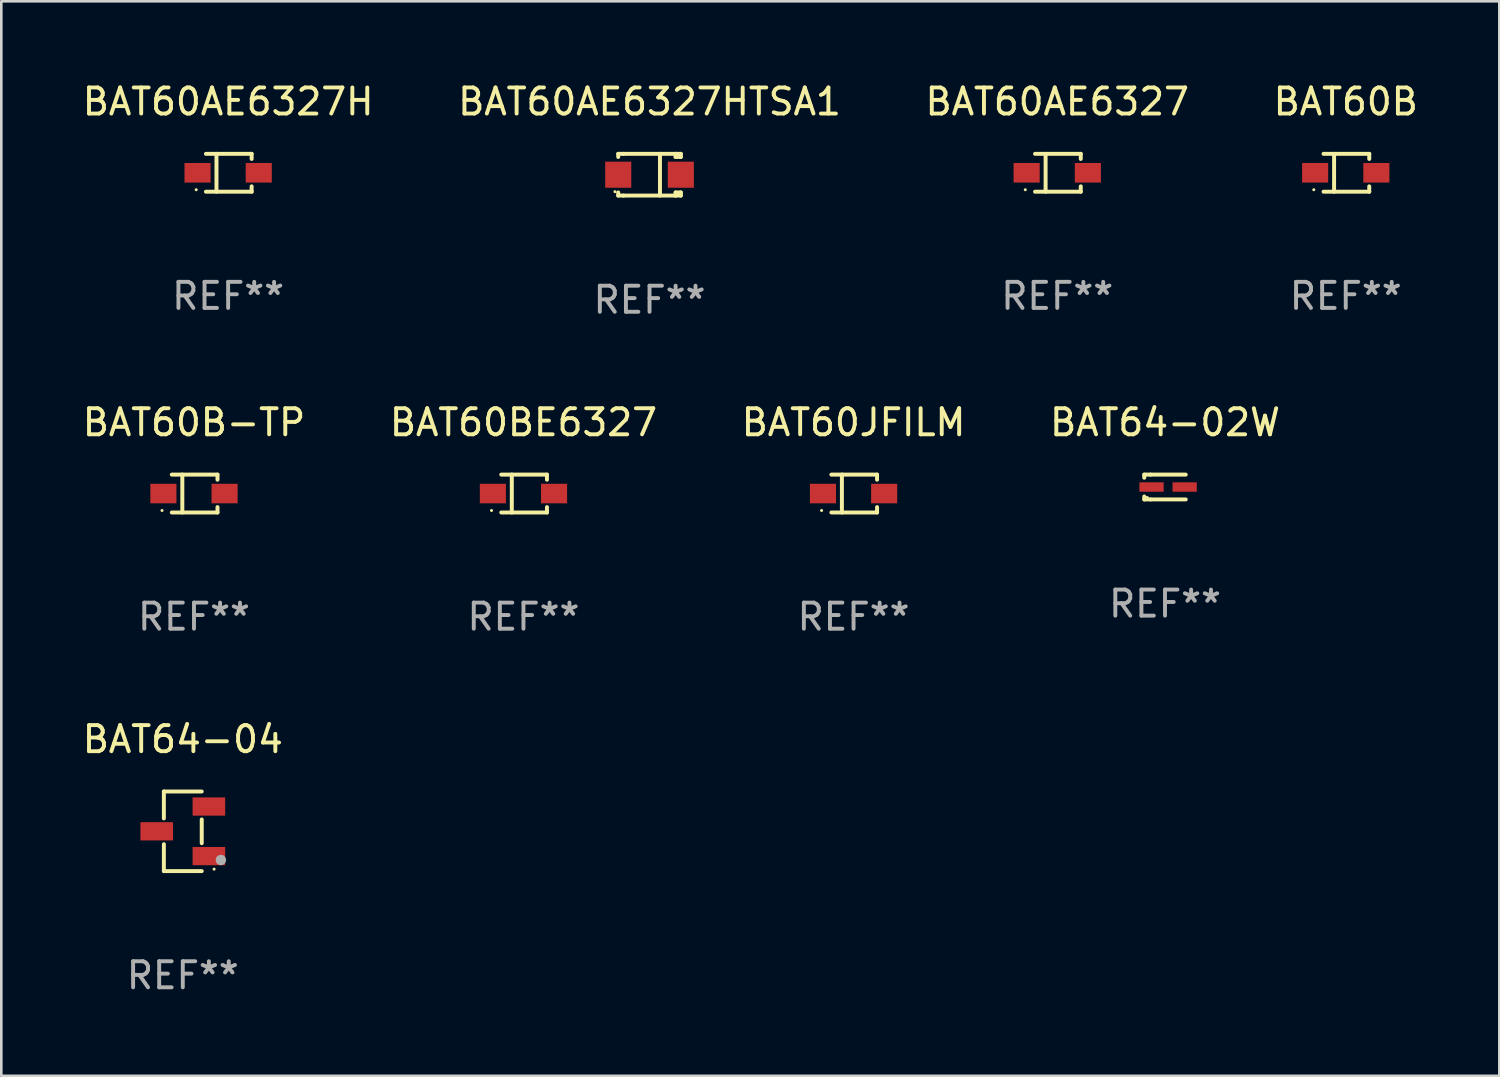
<source format=kicad_pcb>
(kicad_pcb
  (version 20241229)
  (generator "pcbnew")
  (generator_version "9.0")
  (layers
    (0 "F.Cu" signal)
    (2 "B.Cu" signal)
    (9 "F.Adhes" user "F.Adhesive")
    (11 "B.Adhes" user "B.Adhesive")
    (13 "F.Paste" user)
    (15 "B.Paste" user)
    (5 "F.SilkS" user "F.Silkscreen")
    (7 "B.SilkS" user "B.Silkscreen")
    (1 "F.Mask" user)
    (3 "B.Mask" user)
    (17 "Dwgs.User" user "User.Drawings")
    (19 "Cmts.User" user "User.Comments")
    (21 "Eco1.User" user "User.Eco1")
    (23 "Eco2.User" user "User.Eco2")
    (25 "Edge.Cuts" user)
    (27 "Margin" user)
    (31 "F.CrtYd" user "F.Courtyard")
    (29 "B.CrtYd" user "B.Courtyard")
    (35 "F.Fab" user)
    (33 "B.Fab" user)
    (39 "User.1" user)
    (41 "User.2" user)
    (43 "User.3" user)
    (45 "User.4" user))
  (footprint "BAT64-02W"
    (layer "F.Cu")
    (at 41.613 15.621)
    (property "Reference" "BAT64-02W" (at 0 -2.476 0) (layer "F.SilkS") (effects (font (size 1 1) (thickness 0.15))))
    (attr through_hole)
    (fp_line (start -0.795 -0.476) (end -0.795 -0.356) (stroke (width 0.152) (type solid)) (layer "F.SilkS"))
    (fp_line (start -0.795 0.363) (end -0.795 0.476) (stroke (width 0.152) (type solid)) (layer "F.SilkS"))
    (fp_line (start -0.795 0.476) (end -0.557 0.476) (stroke (width 0.152) (type solid)) (layer "F.SilkS"))
    (fp_line (start -0.557 -0.476) (end -0.795 -0.476) (stroke (width 0.152) (type solid)) (layer "F.SilkS"))
    (fp_line (start -0.557 -0.476) (end 0.795 -0.476) (stroke (width 0.152) (type solid)) (layer "F.SilkS"))
    (fp_line (start -0.557 0.476) (end 0.795 0.476) (stroke (width 0.152) (type solid)) (layer "F.SilkS"))
    (fp_circle (center -0.681 0.4) (end -0.651 0.4) (stroke (width 0.06) (type solid)) (fill no) (layer "F.SilkS"))
    (fp_text user "REF**" (at 0 4.476 0) (layer "F.Fab") (effects (font (size 1 1) (thickness 0.15))))
    (pad "1" smd rect (at -0.516 0 180) (size 0.93 0.36) (layers "F.Cu" "F.Mask" "F.Paste"))
    (pad "2" smd rect (at 0.754 0 180) (size 0.93 0.36) (layers "F.Cu" "F.Mask" "F.Paste")))
  (footprint "BAT60B"
    (layer "F.Cu")
    (at 48.542 3.574)
    (property "Reference" "BAT60B" (at 0 -2.726 0) (layer "F.SilkS") (effects (font (size 1 1) (thickness 0.15))))
    (attr through_hole)
    (fp_line (start -0.851 -0.726) (end 0.901 -0.726) (stroke (width 0.152) (type solid)) (layer "F.SilkS"))
    (fp_line (start -0.851 0.726) (end 0.901 0.726) (stroke (width 0.152) (type solid)) (layer "F.SilkS"))
    (fp_line (start -0.447 -0.726) (end -0.447 0.726) (stroke (width 0.152) (type solid)) (layer "F.SilkS"))
    (fp_line (start 0.901 -0.726) (end 0.901 -0.53) (stroke (width 0.152) (type solid)) (layer "F.SilkS"))
    (fp_line (start 0.901 0.726) (end 0.901 0.52) (stroke (width 0.152) (type solid)) (layer "F.SilkS"))
    (fp_circle (center -1.225 0.65) (end -1.195 0.65) (stroke (width 0.06) (type solid)) (fill no) (layer "F.SilkS"))
    (fp_text user "REF**" (at 0 4.726 0) (layer "F.Fab") (effects (font (size 1 1) (thickness 0.15))))
    (pad "1" smd rect (at -1.173 0) (size 1 0.75) (layers "F.Cu" "F.Mask" "F.Paste"))
    (pad "2" smd rect (at 1.173 0) (size 1 0.75) (layers "F.Cu" "F.Mask" "F.Paste")))
  (footprint "BAT60AE6327H"
    (layer "F.Cu")
    (at 5.696 3.574)
    (property "Reference" "BAT60AE6327H" (at 0 -2.726 0) (layer "F.SilkS") (effects (font (size 1 1) (thickness 0.15))))
    (attr through_hole)
    (fp_line (start -0.851 -0.726) (end 0.901 -0.726) (stroke (width 0.152) (type solid)) (layer "F.SilkS"))
    (fp_line (start -0.851 0.726) (end 0.901 0.726) (stroke (width 0.152) (type solid)) (layer "F.SilkS"))
    (fp_line (start -0.447 -0.726) (end -0.447 0.726) (stroke (width 0.152) (type solid)) (layer "F.SilkS"))
    (fp_line (start 0.901 -0.726) (end 0.901 -0.53) (stroke (width 0.152) (type solid)) (layer "F.SilkS"))
    (fp_line (start 0.901 0.726) (end 0.901 0.52) (stroke (width 0.152) (type solid)) (layer "F.SilkS"))
    (fp_circle (center -1.225 0.65) (end -1.195 0.65) (stroke (width 0.06) (type solid)) (fill no) (layer "F.SilkS"))
    (fp_text user "REF**" (at 0 4.726 0) (layer "F.Fab") (effects (font (size 1 1) (thickness 0.15))))
    (pad "1" smd rect (at -1.173 0) (size 1 0.75) (layers "F.Cu" "F.Mask" "F.Paste"))
    (pad "2" smd rect (at 1.173 0) (size 1 0.75) (layers "F.Cu" "F.Mask" "F.Paste")))
  (footprint "BAT60JFILM"
    (layer "F.Cu")
    (at 29.673 15.871)
    (property "Reference" "BAT60JFILM" (at 0 -2.726 0) (layer "F.SilkS") (effects (font (size 1 1) (thickness 0.15))))
    (attr through_hole)
    (fp_line (start -0.851 -0.726) (end 0.901 -0.726) (stroke (width 0.152) (type solid)) (layer "F.SilkS"))
    (fp_line (start -0.851 0.726) (end 0.901 0.726) (stroke (width 0.152) (type solid)) (layer "F.SilkS"))
    (fp_line (start -0.447 -0.726) (end -0.447 0.726) (stroke (width 0.152) (type solid)) (layer "F.SilkS"))
    (fp_line (start 0.901 -0.726) (end 0.901 -0.53) (stroke (width 0.152) (type solid)) (layer "F.SilkS"))
    (fp_line (start 0.901 0.726) (end 0.901 0.52) (stroke (width 0.152) (type solid)) (layer "F.SilkS"))
    (fp_circle (center -1.225 0.65) (end -1.195 0.65) (stroke (width 0.06) (type solid)) (fill no) (layer "F.SilkS"))
    (fp_text user "REF**" (at 0 4.726 0) (layer "F.Fab") (effects (font (size 1 1) (thickness 0.15))))
    (pad "1" smd rect (at -1.173 0) (size 1 0.75) (layers "F.Cu" "F.Mask" "F.Paste"))
    (pad "2" smd rect (at 1.173 0) (size 1 0.75) (layers "F.Cu" "F.Mask" "F.Paste")))
  (footprint "BAT60AE6327"
    (layer "F.Cu")
    (at 37.482 3.574)
    (property "Reference" "BAT60AE6327" (at 0 -2.726 0) (layer "F.SilkS") (effects (font (size 1 1) (thickness 0.15))))
    (attr through_hole)
    (fp_line (start -0.851 -0.726) (end 0.901 -0.726) (stroke (width 0.152) (type solid)) (layer "F.SilkS"))
    (fp_line (start -0.851 0.726) (end 0.901 0.726) (stroke (width 0.152) (type solid)) (layer "F.SilkS"))
    (fp_line (start -0.447 -0.726) (end -0.447 0.726) (stroke (width 0.152) (type solid)) (layer "F.SilkS"))
    (fp_line (start 0.901 -0.726) (end 0.901 -0.53) (stroke (width 0.152) (type solid)) (layer "F.SilkS"))
    (fp_line (start 0.901 0.726) (end 0.901 0.52) (stroke (width 0.152) (type solid)) (layer "F.SilkS"))
    (fp_circle (center -1.225 0.65) (end -1.195 0.65) (stroke (width 0.06) (type solid)) (fill no) (layer "F.SilkS"))
    (fp_text user "REF**" (at 0 4.726 0) (layer "F.Fab") (effects (font (size 1 1) (thickness 0.15))))
    (pad "1" smd rect (at -1.173 0) (size 1 0.75) (layers "F.Cu" "F.Mask" "F.Paste"))
    (pad "2" smd rect (at 1.173 0) (size 1 0.75) (layers "F.Cu" "F.Mask" "F.Paste")))
  (footprint "BAT60B-TP"
    (layer "F.Cu")
    (at 4.387 15.871)
    (property "Reference" "BAT60B-TP" (at 0 -2.726 0) (layer "F.SilkS") (effects (font (size 1 1) (thickness 0.15))))
    (attr through_hole)
    (fp_line (start -0.851 -0.726) (end 0.901 -0.726) (stroke (width 0.152) (type solid)) (layer "F.SilkS"))
    (fp_line (start -0.851 0.726) (end 0.901 0.726) (stroke (width 0.152) (type solid)) (layer "F.SilkS"))
    (fp_line (start -0.447 -0.726) (end -0.447 0.726) (stroke (width 0.152) (type solid)) (layer "F.SilkS"))
    (fp_line (start 0.901 -0.726) (end 0.901 -0.53) (stroke (width 0.152) (type solid)) (layer "F.SilkS"))
    (fp_line (start 0.901 0.726) (end 0.901 0.52) (stroke (width 0.152) (type solid)) (layer "F.SilkS"))
    (fp_circle (center -1.225 0.65) (end -1.195 0.65) (stroke (width 0.06) (type solid)) (fill no) (layer "F.SilkS"))
    (fp_text user "REF**" (at 0 4.726 0) (layer "F.Fab") (effects (font (size 1 1) (thickness 0.15))))
    (pad "1" smd rect (at -1.173 0) (size 1 0.75) (layers "F.Cu" "F.Mask" "F.Paste"))
    (pad "2" smd rect (at 1.173 0) (size 1 0.75) (layers "F.Cu" "F.Mask" "F.Paste")))
  (footprint "BAT64-04"
    (layer "F.Cu")
    (at 3.958 28.82)
    (property "Reference" "BAT64-04" (at 0 -3.526 0) (layer "F.SilkS") (effects (font (size 1 1) (thickness 0.15))))
    (attr through_hole)
    (fp_line (start -0.726 -1.526) (end -0.726 -0.495) (stroke (width 0.152) (type solid)) (layer "F.SilkS"))
    (fp_line (start -0.726 1.526) (end -0.726 0.495) (stroke (width 0.152) (type solid)) (layer "F.SilkS"))
    (fp_line (start 0.726 -1.526) (end -0.726 -1.526) (stroke (width 0.152) (type solid)) (layer "F.SilkS"))
    (fp_line (start 0.726 -0.455) (end 0.726 0.455) (stroke (width 0.152) (type solid)) (layer "F.SilkS"))
    (fp_line (start 0.726 1.526) (end -0.726 1.526) (stroke (width 0.152) (type solid)) (layer "F.SilkS"))
    (fp_circle (center 1.2 1.45) (end 1.23 1.45) (stroke (width 0.06) (type solid)) (fill no) (layer "F.SilkS"))
    (fp_circle (center 1.46 1.1) (end 1.56 1.1) (stroke (width 0.2) (type solid)) (fill no) (layer "F.Fab"))
    (fp_text user "REF**" (at 0 5.526 0) (layer "F.Fab") (effects (font (size 1 1) (thickness 0.15))))
    (pad "1" smd rect (at 1 0.95) (size 1.25 0.7) (layers "F.Cu" "F.Mask" "F.Paste"))
    (pad "2" smd rect (at 1 -0.95) (size 1.25 0.7) (layers "F.Cu" "F.Mask" "F.Paste"))
    (pad "3" smd rect (at -1 0) (size 1.25 0.7) (layers "F.Cu" "F.Mask" "F.Paste")))
  (footprint "BAT60BE6327"
    (layer "F.Cu")
    (at 17.018 15.871)
    (property "Reference" "BAT60BE6327" (at 0 -2.726 0) (layer "F.SilkS") (effects (font (size 1 1) (thickness 0.15))))
    (attr through_hole)
    (fp_line (start -0.851 -0.726) (end 0.901 -0.726) (stroke (width 0.152) (type solid)) (layer "F.SilkS"))
    (fp_line (start -0.851 0.726) (end 0.901 0.726) (stroke (width 0.152) (type solid)) (layer "F.SilkS"))
    (fp_line (start -0.447 -0.726) (end -0.447 0.726) (stroke (width 0.152) (type solid)) (layer "F.SilkS"))
    (fp_line (start 0.901 -0.726) (end 0.901 -0.53) (stroke (width 0.152) (type solid)) (layer "F.SilkS"))
    (fp_line (start 0.901 0.726) (end 0.901 0.52) (stroke (width 0.152) (type solid)) (layer "F.SilkS"))
    (fp_circle (center -1.225 0.65) (end -1.195 0.65) (stroke (width 0.06) (type solid)) (fill no) (layer "F.SilkS"))
    (fp_text user "REF**" (at 0 4.726 0) (layer "F.Fab") (effects (font (size 1 1) (thickness 0.15))))
    (pad "1" smd rect (at -1.173 0) (size 1 0.75) (layers "F.Cu" "F.Mask" "F.Paste"))
    (pad "2" smd rect (at 1.173 0) (size 1 0.75) (layers "F.Cu" "F.Mask" "F.Paste")))
  (footprint "BAT60AE6327HTSA1"
    (layer "F.Cu")
    (at 21.851 3.648)
    (property "Reference" "BAT60AE6327HTSA1" (at 0 -2.8 0) (layer "F.SilkS") (effects (font (size 1 1) (thickness 0.15))))
    (attr through_hole)
    (fp_line (start -1.2 -0.8) (end -1.2 -0.68) (stroke (width 0.152) (type solid)) (layer "F.SilkS"))
    (fp_line (start -1.2 0.68) (end -1.2 0.8) (stroke (width 0.152) (type solid)) (layer "F.SilkS"))
    (fp_line (start -1.2 0.8) (end -1 0.8) (stroke (width 0.152) (type solid)) (layer "F.SilkS"))
    (fp_line (start -1 -0.8) (end -1.2 -0.8) (stroke (width 0.152) (type solid)) (layer "F.SilkS"))
    (fp_line (start -1 -0.8) (end 1 -0.8) (stroke (width 0.152) (type solid)) (layer "F.SilkS"))
    (fp_line (start -1 0.8) (end 1 0.8) (stroke (width 0.152) (type solid)) (layer "F.SilkS"))
    (fp_line (start 0.4 -0.8) (end 0.4 0.8) (stroke (width 0.152) (type solid)) (layer "F.SilkS"))
    (fp_line (start 1 -0.8) (end 1 -0.68) (stroke (width 0.152) (type solid)) (layer "F.SilkS"))
    (fp_line (start 1 -0.8) (end 1.2 -0.8) (stroke (width 0.152) (type solid)) (layer "F.SilkS"))
    (fp_line (start 1 0.68) (end 1 0.8) (stroke (width 0.152) (type solid)) (layer "F.SilkS"))
    (fp_line (start 1 0.68) (end 1.2 0.68) (stroke (width 0.152) (type solid)) (layer "F.SilkS"))
    (fp_line (start 1.2 -0.8) (end 1.2 -0.68) (stroke (width 0.152) (type solid)) (layer "F.SilkS"))
    (fp_line (start 1.2 -0.68) (end 1 -0.68) (stroke (width 0.152) (type solid)) (layer "F.SilkS"))
    (fp_line (start 1.2 0.68) (end 1.2 0.8) (stroke (width 0.152) (type solid)) (layer "F.SilkS"))
    (fp_line (start 1.2 0.8) (end 1 0.8) (stroke (width 0.152) (type solid)) (layer "F.SilkS"))
    (fp_circle (center -1.325 0.65) (end -1.295 0.65) (stroke (width 0.06) (type solid)) (fill no) (layer "F.SilkS"))
    (fp_text user "REF**" (at 0 4.8 0) (layer "F.Fab") (effects (font (size 1 1) (thickness 0.15))))
    (pad "1" smd rect (at -1.2 0 180) (size 1 1) (layers "F.Cu" "F.Mask" "F.Paste"))
    (pad "2" smd rect (at 1.2 0 180) (size 1 1) (layers "F.Cu" "F.Mask" "F.Paste")))
  (gr_rect
    (start -3 -3)
    (end 54.429 38.195)
    (stroke (width 0.1) (type default))
    (fill no)
    (layer "Edge.Cuts")))
</source>
